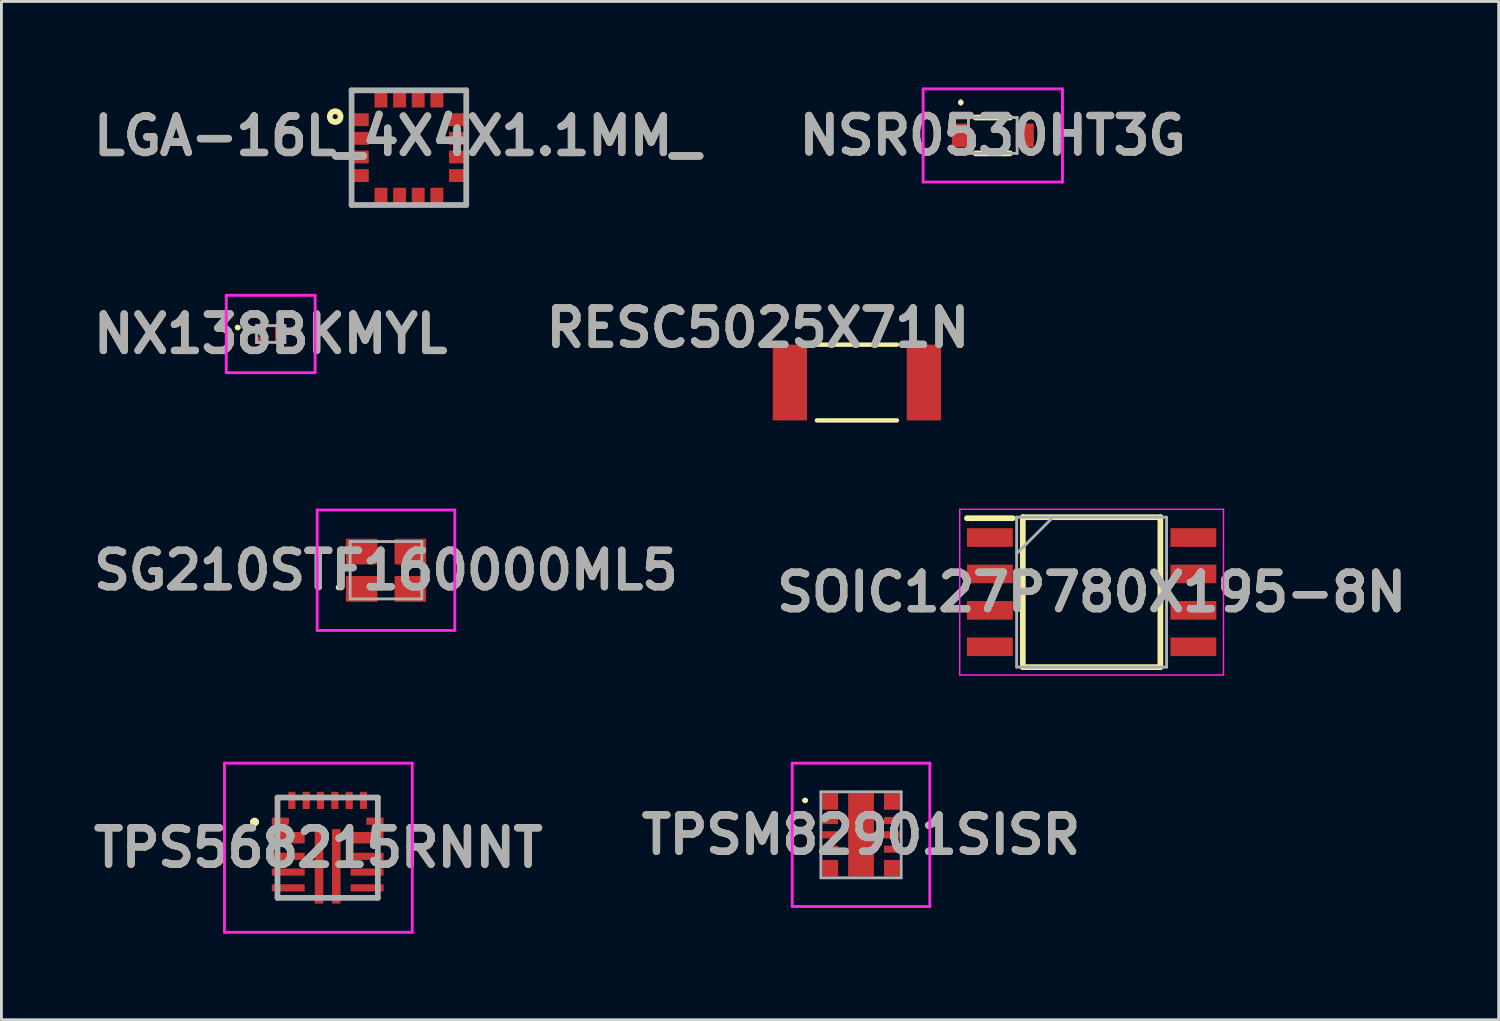
<source format=kicad_pcb>
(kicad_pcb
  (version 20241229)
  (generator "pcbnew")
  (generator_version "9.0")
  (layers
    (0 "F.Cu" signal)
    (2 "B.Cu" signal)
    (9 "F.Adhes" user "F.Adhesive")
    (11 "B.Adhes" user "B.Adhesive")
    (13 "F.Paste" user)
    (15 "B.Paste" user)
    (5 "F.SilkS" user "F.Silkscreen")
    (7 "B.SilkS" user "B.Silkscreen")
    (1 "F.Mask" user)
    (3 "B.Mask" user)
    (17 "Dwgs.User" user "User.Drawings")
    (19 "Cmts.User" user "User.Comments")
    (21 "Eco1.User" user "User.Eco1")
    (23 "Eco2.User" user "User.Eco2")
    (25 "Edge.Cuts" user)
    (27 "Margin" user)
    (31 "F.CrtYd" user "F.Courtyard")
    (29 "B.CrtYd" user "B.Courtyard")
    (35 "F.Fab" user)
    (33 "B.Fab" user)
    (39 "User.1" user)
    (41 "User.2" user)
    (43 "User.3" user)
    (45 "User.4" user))
  (footprint "SOIC127P780X195-8N"
    (layer "F.Cu")
    (at 35.028 17.606)
    (property "Reference" "SOIC127P780X195-8N" (at 0 0 0) (layer "F.SilkS") (effects (font (size 1.27 1.27) (thickness 0.254))))
    (attr smd)
    (fp_line (start -4.35 -2.58) (end -2.75 -2.58) (stroke (width 0.2) (type solid)) (layer "F.SilkS"))
    (fp_line (start -2.4 -2.615) (end 2.4 -2.615) (stroke (width 0.2) (type solid)) (layer "F.SilkS"))
    (fp_line (start -2.4 2.615) (end -2.4 -2.615) (stroke (width 0.2) (type solid)) (layer "F.SilkS"))
    (fp_line (start 2.4 -2.615) (end 2.4 2.615) (stroke (width 0.2) (type solid)) (layer "F.SilkS"))
    (fp_line (start 2.4 2.615) (end -2.4 2.615) (stroke (width 0.2) (type solid)) (layer "F.SilkS"))
    (fp_line (start -4.6 -2.89) (end 4.6 -2.89) (stroke (width 0.05) (type solid)) (layer "F.CrtYd"))
    (fp_line (start -4.6 2.89) (end -4.6 -2.89) (stroke (width 0.05) (type solid)) (layer "F.CrtYd"))
    (fp_line (start 4.6 -2.89) (end 4.6 2.89) (stroke (width 0.05) (type solid)) (layer "F.CrtYd"))
    (fp_line (start 4.6 2.89) (end -4.6 2.89) (stroke (width 0.05) (type solid)) (layer "F.CrtYd"))
    (fp_line (start -2.615 -2.615) (end 2.615 -2.615) (stroke (width 0.1) (type solid)) (layer "F.Fab"))
    (fp_line (start -2.615 -1.345) (end -1.345 -2.615) (stroke (width 0.1) (type solid)) (layer "F.Fab"))
    (fp_line (start -2.615 2.615) (end -2.615 -2.615) (stroke (width 0.1) (type solid)) (layer "F.Fab"))
    (fp_line (start 2.615 -2.615) (end 2.615 2.615) (stroke (width 0.1) (type solid)) (layer "F.Fab"))
    (fp_line (start 2.615 2.615) (end -2.615 2.615) (stroke (width 0.1) (type solid)) (layer "F.Fab"))
    (fp_text user "${REFERENCE}" (at 0 0 0) (layer "F.Fab") (effects (font (size 1.27 1.27) (thickness 0.254))))
    (pad "1" smd rect (at -3.55 -1.905 90) (size 0.65 1.6) (layers "F.Cu" "F.Mask" "F.Paste"))
    (pad "2" smd rect (at -3.55 -0.635 90) (size 0.65 1.6) (layers "F.Cu" "F.Mask" "F.Paste"))
    (pad "3" smd rect (at -3.55 0.635 90) (size 0.65 1.6) (layers "F.Cu" "F.Mask" "F.Paste"))
    (pad "4" smd rect (at -3.55 1.905 90) (size 0.65 1.6) (layers "F.Cu" "F.Mask" "F.Paste"))
    (pad "5" smd rect (at 3.55 1.905 90) (size 0.65 1.6) (layers "F.Cu" "F.Mask" "F.Paste"))
    (pad "6" smd rect (at 3.55 0.635 90) (size 0.65 1.6) (layers "F.Cu" "F.Mask" "F.Paste"))
    (pad "7" smd rect (at 3.55 -0.635 90) (size 0.65 1.6) (layers "F.Cu" "F.Mask" "F.Paste"))
    (pad "8" smd rect (at 3.55 -1.905 90) (size 0.65 1.6) (layers "F.Cu" "F.Mask" "F.Paste")))
  (footprint "RESC5025X71N"
    (layer "F.Cu")
    (at 26.841 10.294)
    (property "Reference" "RESC5025X71N" (at -3.454 -1.905 0) (layer "F.SilkS") (effects (font (size 1.27 1.27) (thickness 0.254))))
    (attr smd)
    (fp_line (start -1.397 1.321) (end 1.397 1.321) (stroke (width 0.152) (type solid)) (layer "F.SilkS"))
    (fp_line (start 1.397 -1.321) (end -1.397 -1.321) (stroke (width 0.152) (type solid)) (layer "F.SilkS"))
    (fp_text user "${REFERENCE}" (at -3.454 -1.905 0) (layer "F.Fab") (effects (font (size 1.27 1.27) (thickness 0.254))))
    (pad "1" smd rect (at -2.337 0) (size 1.194 2.642) (layers "F.Cu" "F.Mask" "F.Paste"))
    (pad "2" smd rect (at 2.337 0) (size 1.194 2.642) (layers "F.Cu" "F.Mask" "F.Paste")))
  (footprint "SG210STF160000ML5"
    (layer "F.Cu")
    (at 10.414 16.841)
    (property "Reference" "SG210STF160000ML5" (at 0 0 0) (layer "F.SilkS") (effects (font (size 1.27 1.27) (thickness 0.254))))
    (attr smd)
    (fp_line (start -1.7 0.6) (end -1.7 0.6) (stroke (width 0.1) (type solid)) (layer "F.SilkS"))
    (fp_line (start -1.6 0.6) (end -1.6 0.6) (stroke (width 0.1) (type solid)) (layer "F.SilkS"))
    (fp_arc (start -1.7 0.6) (mid -1.65 0.55) (end -1.6 0.6) (stroke (width 0.1) (type solid)) (layer "F.SilkS"))
    (fp_arc (start -1.6 0.6) (mid -1.65 0.65) (end -1.7 0.6) (stroke (width 0.1) (type solid)) (layer "F.SilkS"))
    (fp_line (start -2.4 -2.1) (end 2.4 -2.1) (stroke (width 0.1) (type solid)) (layer "F.CrtYd"))
    (fp_line (start -2.4 2.1) (end -2.4 -2.1) (stroke (width 0.1) (type solid)) (layer "F.CrtYd"))
    (fp_line (start 2.4 -2.1) (end 2.4 2.1) (stroke (width 0.1) (type solid)) (layer "F.CrtYd"))
    (fp_line (start 2.4 2.1) (end -2.4 2.1) (stroke (width 0.1) (type solid)) (layer "F.CrtYd"))
    (fp_line (start -1.25 -1) (end -1.25 1) (stroke (width 0.1) (type solid)) (layer "F.Fab"))
    (fp_line (start -1.25 1) (end 1.25 1) (stroke (width 0.1) (type solid)) (layer "F.Fab"))
    (fp_line (start 1.25 -1) (end -1.25 -1) (stroke (width 0.1) (type solid)) (layer "F.Fab"))
    (fp_line (start 1.25 1) (end 1.25 -1) (stroke (width 0.1) (type solid)) (layer "F.Fab"))
    (fp_text user "${REFERENCE}" (at 0 0 0) (layer "F.Fab") (effects (font (size 1.27 1.27) (thickness 0.254))))
    (pad "1" smd rect (at -0.85 0.65 90) (size 0.9 1.1) (layers "F.Cu" "F.Mask" "F.Paste"))
    (pad "2" smd rect (at 0.85 0.65 90) (size 0.9 1.1) (layers "F.Cu" "F.Mask" "F.Paste"))
    (pad "3" smd rect (at 0.85 -0.65 90) (size 0.9 1.1) (layers "F.Cu" "F.Mask" "F.Paste"))
    (pad "4" smd rect (at -0.85 -0.65 90) (size 0.9 1.1) (layers "F.Cu" "F.Mask" "F.Paste")))
  (footprint "TPSM82901SISR"
    (layer "F.Cu")
    (at 26.985 26.071)
    (property "Reference" "TPSM82901SISR" (at 0 0 0) (layer "F.SilkS") (effects (font (size 1.27 1.27) (thickness 0.254))))
    (attr smd)
    (fp_line (start -2 -1.2) (end -2 -1.2) (stroke (width 0.1) (type solid)) (layer "F.SilkS"))
    (fp_line (start -1.9 -1.2) (end -1.9 -1.2) (stroke (width 0.1) (type solid)) (layer "F.SilkS"))
    (fp_arc (start -2 -1.2) (mid -1.95 -1.25) (end -1.9 -1.2) (stroke (width 0.1) (type solid)) (layer "F.SilkS"))
    (fp_arc (start -1.9 -1.2) (mid -1.95 -1.15) (end -2 -1.2) (stroke (width 0.1) (type solid)) (layer "F.SilkS"))
    (fp_line (start -2.4 -2.5) (end 2.4 -2.5) (stroke (width 0.1) (type solid)) (layer "F.CrtYd"))
    (fp_line (start -2.4 2.5) (end -2.4 -2.5) (stroke (width 0.1) (type solid)) (layer "F.CrtYd"))
    (fp_line (start 2.4 -2.5) (end 2.4 2.5) (stroke (width 0.1) (type solid)) (layer "F.CrtYd"))
    (fp_line (start 2.4 2.5) (end -2.4 2.5) (stroke (width 0.1) (type solid)) (layer "F.CrtYd"))
    (fp_line (start -1.4 -1.5) (end -1.4 1.5) (stroke (width 0.1) (type solid)) (layer "F.Fab"))
    (fp_line (start -1.4 1.5) (end 1.4 1.5) (stroke (width 0.1) (type solid)) (layer "F.Fab"))
    (fp_line (start 1.4 -1.5) (end -1.4 -1.5) (stroke (width 0.1) (type solid)) (layer "F.Fab"))
    (fp_line (start 1.4 1.5) (end 1.4 -1.5) (stroke (width 0.1) (type solid)) (layer "F.Fab"))
    (fp_text user "${REFERENCE}" (at 0 0 0) (layer "F.Fab") (effects (font (size 1.27 1.27) (thickness 0.254))))
    (pad "1" smd rect (at -1.075 -1.163) (size 0.55 0.575) (layers "F.Cu" "F.Mask" "F.Paste"))
    (pad "2" smd rect (at -1.075 -0.5 90) (size 0.25 0.55) (layers "F.Cu" "F.Mask" "F.Paste"))
    (pad "3" smd rect (at -1.075 0 90) (size 0.25 0.55) (layers "F.Cu" "F.Mask" "F.Paste"))
    (pad "4" smd rect (at -1.075 0.5 90) (size 0.25 0.55) (layers "F.Cu" "F.Mask" "F.Paste"))
    (pad "5" smd rect (at -1.075 1.163) (size 0.55 0.575) (layers "F.Cu" "F.Mask" "F.Paste"))
    (pad "6" smd rect (at 1.075 1.163) (size 0.55 0.575) (layers "F.Cu" "F.Mask" "F.Paste"))
    (pad "7" smd rect (at 1.075 0.5 90) (size 0.25 0.55) (layers "F.Cu" "F.Mask" "F.Paste"))
    (pad "8" smd rect (at 1.075 0 90) (size 0.25 0.55) (layers "F.Cu" "F.Mask" "F.Paste"))
    (pad "9" smd rect (at 1.075 -0.5 90) (size 0.25 0.55) (layers "F.Cu" "F.Mask" "F.Paste"))
    (pad "10" smd rect (at 1.075 -1.163) (size 0.55 0.575) (layers "F.Cu" "F.Mask" "F.Paste"))
    (pad "11" smd rect (at 0 0) (size 0.9 2.9) (layers "F.Cu" "F.Mask" "F.Paste")))
  (footprint "NSR0530HT3G"
    (layer "F.Cu")
    (at 31.581 1.675)
    (property "Reference" "NSR0530HT3G" (at 0 0 0) (layer "F.SilkS") (effects (font (size 1.27 1.27) (thickness 0.254))))
    (attr smd)
    (fp_line (start -1.115 -1.2) (end -1.115 -1.2) (stroke (width 0.1) (type solid)) (layer "F.SilkS"))
    (fp_line (start -1.115 -1.1) (end -1.115 -1.1) (stroke (width 0.1) (type solid)) (layer "F.SilkS"))
    (fp_line (start -0.6 -0.625) (end 0.6 -0.625) (stroke (width 0.2) (type solid)) (layer "F.SilkS"))
    (fp_line (start -0.6 0.625) (end 0.6 0.625) (stroke (width 0.2) (type solid)) (layer "F.SilkS"))
    (fp_arc (start -1.115 -1.2) (mid -1.065 -1.15) (end -1.115 -1.1) (stroke (width 0.1) (type solid)) (layer "F.SilkS"))
    (fp_arc (start -1.115 -1.1) (mid -1.165 -1.15) (end -1.115 -1.2) (stroke (width 0.1) (type solid)) (layer "F.SilkS"))
    (fp_line (start -2.43 -1.625) (end 2.43 -1.625) (stroke (width 0.1) (type solid)) (layer "F.CrtYd"))
    (fp_line (start -2.43 1.625) (end -2.43 -1.625) (stroke (width 0.1) (type solid)) (layer "F.CrtYd"))
    (fp_line (start 2.43 -1.625) (end 2.43 1.625) (stroke (width 0.1) (type solid)) (layer "F.CrtYd"))
    (fp_line (start 2.43 1.625) (end -2.43 1.625) (stroke (width 0.1) (type solid)) (layer "F.CrtYd"))
    (fp_line (start -0.85 -0.625) (end -0.85 0.625) (stroke (width 0.1) (type solid)) (layer "F.Fab"))
    (fp_line (start -0.85 0.625) (end 0.85 0.625) (stroke (width 0.1) (type solid)) (layer "F.Fab"))
    (fp_line (start 0.85 -0.625) (end -0.85 -0.625) (stroke (width 0.1) (type solid)) (layer "F.Fab"))
    (fp_line (start 0.85 0.625) (end 0.85 -0.625) (stroke (width 0.1) (type solid)) (layer "F.Fab"))
    (fp_text user "${REFERENCE}" (at 0 0 0) (layer "F.Fab") (effects (font (size 1.27 1.27) (thickness 0.254))))
    (pad "1" smd rect (at -1.115 0) (size 0.63 0.83) (layers "F.Cu" "F.Mask" "F.Paste"))
    (pad "2" smd rect (at 1.115 0) (size 0.63 0.83) (layers "F.Cu" "F.Mask" "F.Paste")))
  (footprint "TPS568215RNNT"
    (layer "F.Cu")
    (at 8.38 26.521)
    (property "Reference" "TPS568215RNNT" (at -0.325 0 0) (layer "F.SilkS") (effects (font (size 1.27 1.27) (thickness 0.254))))
    (attr smd)
    (fp_line (start -2.6 -0.9) (end -2.6 -0.9) (stroke (width 0.2) (type solid)) (layer "F.SilkS"))
    (fp_line (start -2.6 -0.9) (end -2.6 -0.9) (stroke (width 0.2) (type solid)) (layer "F.SilkS"))
    (fp_line (start -2.5 -0.9) (end -2.5 -0.9) (stroke (width 0.2) (type solid)) (layer "F.SilkS"))
    (fp_arc (start -2.6 -0.9) (mid -2.55 -0.95) (end -2.5 -0.9) (stroke (width 0.2) (type solid)) (layer "F.SilkS"))
    (fp_arc (start -2.5 -0.9) (mid -2.55 -0.85) (end -2.6 -0.9) (stroke (width 0.2) (type solid)) (layer "F.SilkS"))
    (fp_arc (start -2.5 -0.9) (mid -2.55 -0.85) (end -2.6 -0.9) (stroke (width 0.2) (type solid)) (layer "F.SilkS"))
    (fp_line (start -3.6 -2.95) (end 2.95 -2.95) (stroke (width 0.1) (type solid)) (layer "F.CrtYd"))
    (fp_line (start -3.6 2.95) (end -3.6 -2.95) (stroke (width 0.1) (type solid)) (layer "F.CrtYd"))
    (fp_line (start 2.95 -2.95) (end 2.95 2.95) (stroke (width 0.1) (type solid)) (layer "F.CrtYd"))
    (fp_line (start 2.95 2.95) (end -3.6 2.95) (stroke (width 0.1) (type solid)) (layer "F.CrtYd"))
    (fp_line (start -1.75 -1.75) (end -1.75 1.75) (stroke (width 0.2) (type solid)) (layer "F.Fab"))
    (fp_line (start -1.75 1.75) (end 1.75 1.75) (stroke (width 0.2) (type solid)) (layer "F.Fab"))
    (fp_line (start 1.75 -1.75) (end -1.75 -1.75) (stroke (width 0.2) (type solid)) (layer "F.Fab"))
    (fp_line (start 1.75 1.75) (end 1.75 -1.75) (stroke (width 0.2) (type solid)) (layer "F.Fab"))
    (fp_text user "${REFERENCE}" (at -0.325 0 0) (layer "F.Fab") (effects (font (size 1.27 1.27) (thickness 0.254))))
    (pad "1" smd rect (at -1.65 -0.925 90) (size 0.25 0.6) (layers "F.Cu" "F.Mask" "F.Paste"))
    (pad "2" smd rect (at -1.375 -0.35 90) (size 0.4 1.15) (layers "F.Cu" "F.Mask" "F.Paste"))
    (pad "3" smd rect (at -1.375 0.3 90) (size 0.25 1.15) (layers "F.Cu" "F.Mask" "F.Paste"))
    (pad "4" smd rect (at -1.375 0.85 90) (size 0.25 1.15) (layers "F.Cu" "F.Mask" "F.Paste"))
    (pad "5" smd rect (at -1.375 1.4 90) (size 0.25 1.15) (layers "F.Cu" "F.Mask" "F.Paste"))
    (pad "6" smd rect (at -0.3 0.65) (size 0.3 2.6) (layers "F.Cu" "F.Mask" "F.Paste"))
    (pad "7" smd rect (at 0.3 0.65) (size 0.3 2.6) (layers "F.Cu" "F.Mask" "F.Paste"))
    (pad "8" smd rect (at 1.375 1.4 90) (size 0.25 1.15) (layers "F.Cu" "F.Mask" "F.Paste"))
    (pad "9" smd rect (at 1.375 0.85 90) (size 0.25 1.15) (layers "F.Cu" "F.Mask" "F.Paste"))
    (pad "10" smd rect (at 1.375 0.3 90) (size 0.25 1.15) (layers "F.Cu" "F.Mask" "F.Paste"))
    (pad "11" smd rect (at 1.375 -0.35 90) (size 0.4 1.15) (layers "F.Cu" "F.Mask" "F.Paste"))
    (pad "12" smd rect (at 1.65 -0.925 90) (size 0.25 0.6) (layers "F.Cu" "F.Mask" "F.Paste"))
    (pad "13" smd rect (at 1.25 -1.65) (size 0.25 0.6) (layers "F.Cu" "F.Mask" "F.Paste"))
    (pad "14" smd rect (at 0.75 -1.65) (size 0.25 0.6) (layers "F.Cu" "F.Mask" "F.Paste"))
    (pad "15" smd rect (at 0.25 -1.65) (size 0.25 0.6) (layers "F.Cu" "F.Mask" "F.Paste"))
    (pad "16" smd rect (at -0.25 -1.65) (size 0.25 0.6) (layers "F.Cu" "F.Mask" "F.Paste"))
    (pad "17" smd rect (at -0.75 -1.65) (size 0.25 0.6) (layers "F.Cu" "F.Mask" "F.Paste"))
    (pad "18" smd rect (at -1.25 -1.65) (size 0.25 0.6) (layers "F.Cu" "F.Mask" "F.Paste")))
  (footprint "NX138BKMYL"
    (layer "F.Cu")
    (at 6.392 8.6)
    (property "Reference" "NX138BKMYL" (at 0 0 0) (layer "F.SilkS") (effects (font (size 1.27 1.27) (thickness 0.254))))
    (attr smd)
    (fp_line (start -1.2 -0.225) (end -1.2 -0.225) (stroke (width 0.1) (type solid)) (layer "F.SilkS"))
    (fp_line (start -1.1 -0.225) (end -1.1 -0.225) (stroke (width 0.1) (type solid)) (layer "F.SilkS"))
    (fp_arc (start -1.2 -0.225) (mid -1.15 -0.275) (end -1.1 -0.225) (stroke (width 0.1) (type solid)) (layer "F.SilkS"))
    (fp_arc (start -1.1 -0.225) (mid -1.15 -0.175) (end -1.2 -0.225) (stroke (width 0.1) (type solid)) (layer "F.SilkS"))
    (fp_line (start -1.55 -1.35) (end 1.55 -1.35) (stroke (width 0.1) (type solid)) (layer "F.CrtYd"))
    (fp_line (start -1.55 1.35) (end -1.55 -1.35) (stroke (width 0.1) (type solid)) (layer "F.CrtYd"))
    (fp_line (start 1.55 -1.35) (end 1.55 1.35) (stroke (width 0.1) (type solid)) (layer "F.CrtYd"))
    (fp_line (start 1.55 1.35) (end -1.55 1.35) (stroke (width 0.1) (type solid)) (layer "F.CrtYd"))
    (fp_line (start -0.492 -0.292) (end -0.492 0.293) (stroke (width 0.1) (type solid)) (layer "F.Fab"))
    (fp_line (start -0.492 0.293) (end 0.492 0.293) (stroke (width 0.1) (type solid)) (layer "F.Fab"))
    (fp_line (start 0.492 -0.292) (end -0.492 -0.292) (stroke (width 0.1) (type solid)) (layer "F.Fab"))
    (fp_line (start 0.492 0.293) (end 0.492 -0.292) (stroke (width 0.1) (type solid)) (layer "F.Fab"))
    (fp_text user "${REFERENCE}" (at 0 0 0) (layer "F.Fab") (effects (font (size 1.27 1.27) (thickness 0.254))))
    (pad "1" smd rect (at -0.35 -0.225 90) (size 0.25 0.4) (layers "F.Cu" "F.Mask" "F.Paste"))
    (pad "2" smd rect (at -0.35 0.225 90) (size 0.25 0.4) (layers "F.Cu" "F.Mask" "F.Paste"))
    (pad "3" smd rect (at 0.35 0) (size 0.4 0.7) (layers "F.Cu" "F.Mask" "F.Paste")))
  (footprint "LGA-16L_4X4X1.1MM_"
    (layer "F.Cu")
    (at 11.214 2.1)
    (property "Reference" "LGA-16L_4X4X1.1MM_" (at -0.407 -0.406 0) (layer "F.SilkS") (effects (font (size 1.27 1.27) (thickness 0.254))))
    (attr smd)
    (fp_circle (center -2.572 -1.082) (end -2.572 -0.994) (stroke (width 0.2) (type solid)) (fill no) (layer "F.SilkS"))
    (fp_line (start -2 -2) (end 2 -2) (stroke (width 0.2) (type solid)) (layer "F.Fab"))
    (fp_line (start -2 2) (end -2 -2) (stroke (width 0.2) (type solid)) (layer "F.Fab"))
    (fp_line (start 2 -2) (end 2 2) (stroke (width 0.2) (type solid)) (layer "F.Fab"))
    (fp_line (start 2 2) (end -2 2) (stroke (width 0.2) (type solid)) (layer "F.Fab"))
    (fp_text user "${REFERENCE}" (at -0.407 -0.406 0) (layer "F.Fab") (effects (font (size 1.27 1.27) (thickness 0.254))))
    (pad "1" smd rect (at -1.7 -0.975 90) (size 0.45 0.6) (layers "F.Cu" "F.Mask" "F.Paste"))
    (pad "2" smd rect (at -1.7 -0.325 90) (size 0.45 0.6) (layers "F.Cu" "F.Mask" "F.Paste"))
    (pad "3" smd rect (at -1.7 0.325 90) (size 0.45 0.6) (layers "F.Cu" "F.Mask" "F.Paste"))
    (pad "4" smd rect (at -1.7 0.975 90) (size 0.45 0.6) (layers "F.Cu" "F.Mask" "F.Paste"))
    (pad "5" smd rect (at -0.975 1.7) (size 0.45 0.6) (layers "F.Cu" "F.Mask" "F.Paste"))
    (pad "6" smd rect (at -0.325 1.7) (size 0.45 0.6) (layers "F.Cu" "F.Mask" "F.Paste"))
    (pad "7" smd rect (at 0.325 1.7) (size 0.45 0.6) (layers "F.Cu" "F.Mask" "F.Paste"))
    (pad "8" smd rect (at 0.975 1.7) (size 0.45 0.6) (layers "F.Cu" "F.Mask" "F.Paste"))
    (pad "9" smd rect (at 1.7 0.975 90) (size 0.45 0.6) (layers "F.Cu" "F.Mask" "F.Paste"))
    (pad "10" smd rect (at 1.7 0.325 90) (size 0.45 0.6) (layers "F.Cu" "F.Mask" "F.Paste"))
    (pad "11" smd rect (at 1.7 -0.325 90) (size 0.45 0.6) (layers "F.Cu" "F.Mask" "F.Paste"))
    (pad "12" smd rect (at 1.7 -0.975 90) (size 0.45 0.6) (layers "F.Cu" "F.Mask" "F.Paste"))
    (pad "13" smd rect (at 0.975 -1.7) (size 0.45 0.6) (layers "F.Cu" "F.Mask" "F.Paste"))
    (pad "14" smd rect (at 0.325 -1.7) (size 0.45 0.6) (layers "F.Cu" "F.Mask" "F.Paste"))
    (pad "15" smd rect (at -0.325 -1.7) (size 0.45 0.6) (layers "F.Cu" "F.Mask" "F.Paste"))
    (pad "16" smd rect (at -0.975 -1.7) (size 0.45 0.6) (layers "F.Cu" "F.Mask" "F.Paste")))
  (gr_rect
    (start -3 -3)
    (end 49.228 32.521)
    (stroke (width 0.1) (type default))
    (fill no)
    (layer "Edge.Cuts")))
</source>
